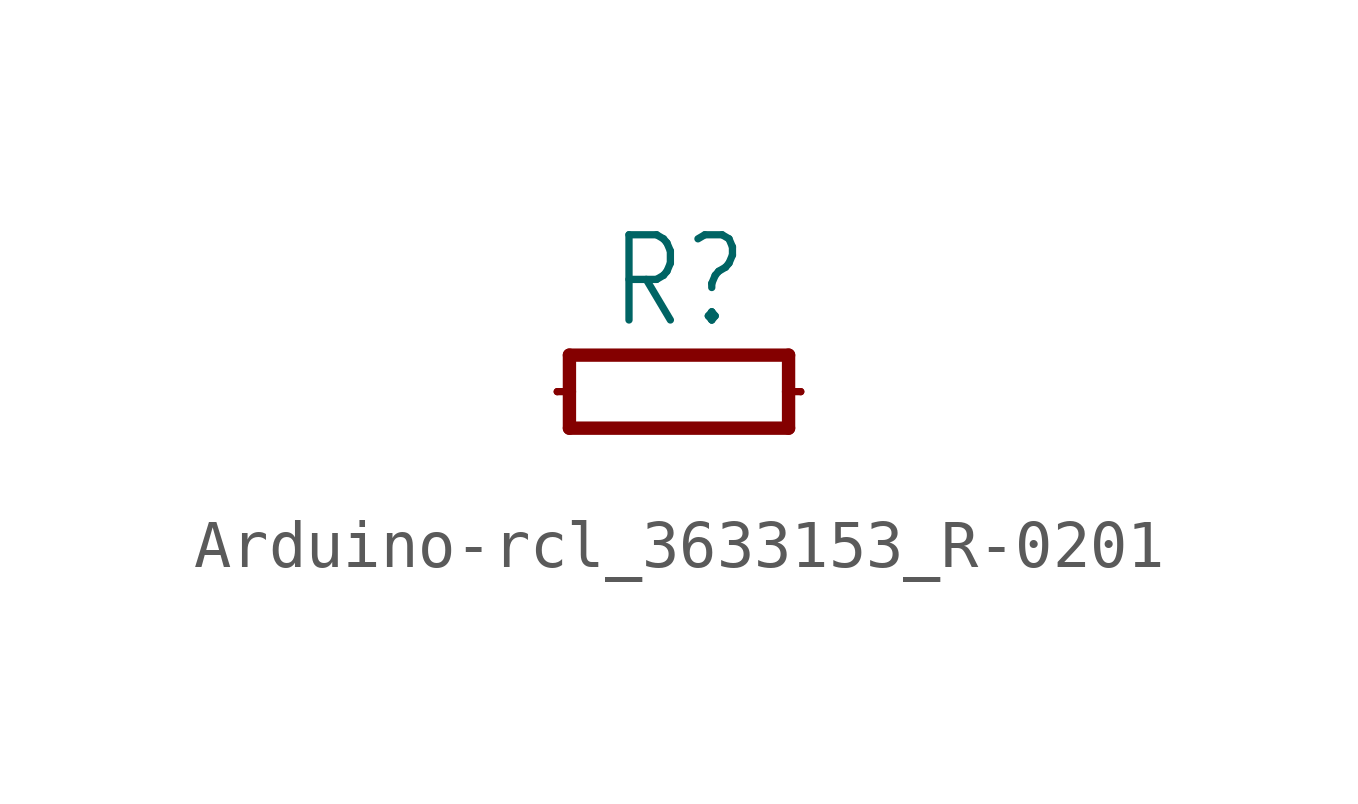
<source format=kicad_sym>
(kicad_symbol_lib
  (version 20241209)
  (generator "kicad_symbol_editor")
  (generator_version "9.0")
  (symbol "Arduino-rcl_3633153_R-0201"
    (property "Reference" "R"
      (at 0 1.27 0)
      (effects (font (size 1.778 1.511)) (justify bottom)))
    (property "Value" ""
      (at 0 -1.27 0)
      (effects (font (size 1.778 1.511)) (justify top)))
    (property "ki_locked" ""
      (at 0 0 0)
      (effects (font (size 1.27 1.27))))
    (symbol "Arduino-rcl_3633153_R-0201_1_0"
      (polyline (pts (xy -2.54 0) (xy -2.286 0)) (stroke (width 0.152) (type solid)) (fill (type none)))
      (polyline (pts (xy -2.286 0.762) (xy 2.286 0.762)) (stroke (width 0.279) (type solid)) (fill (type none)))
      (polyline (pts (xy -2.286 0) (xy -2.286 0.762)) (stroke (width 0.279) (type solid)) (fill (type none)))
      (polyline (pts (xy -2.286 -0.762) (xy -2.286 0)) (stroke (width 0.279) (type solid)) (fill (type none)))
      (polyline (pts (xy -2.286 -0.762) (xy 2.286 -0.762)) (stroke (width 0.279) (type solid)) (fill (type none)))
      (polyline (pts (xy 2.286 0.762) (xy 2.286 0)) (stroke (width 0.279) (type solid)) (fill (type none)))
      (polyline (pts (xy 2.286 0) (xy 2.286 -0.762)) (stroke (width 0.279) (type solid)) (fill (type none)))
      (polyline (pts (xy 2.286 0) (xy 2.54 0)) (stroke (width 0.152) (type solid)) (fill (type none)))
      (pin passive line (at -2.54 0 0) (length 0) (name "1" (effects (font (size 0 0)))) (number "1" (effects (font (size 0 0)))))
      (pin passive line (at 2.54 0 180) (length 0) (name "2" (effects (font (size 0 0)))) (number "2" (effects (font (size 0 0))))))))
</source>
